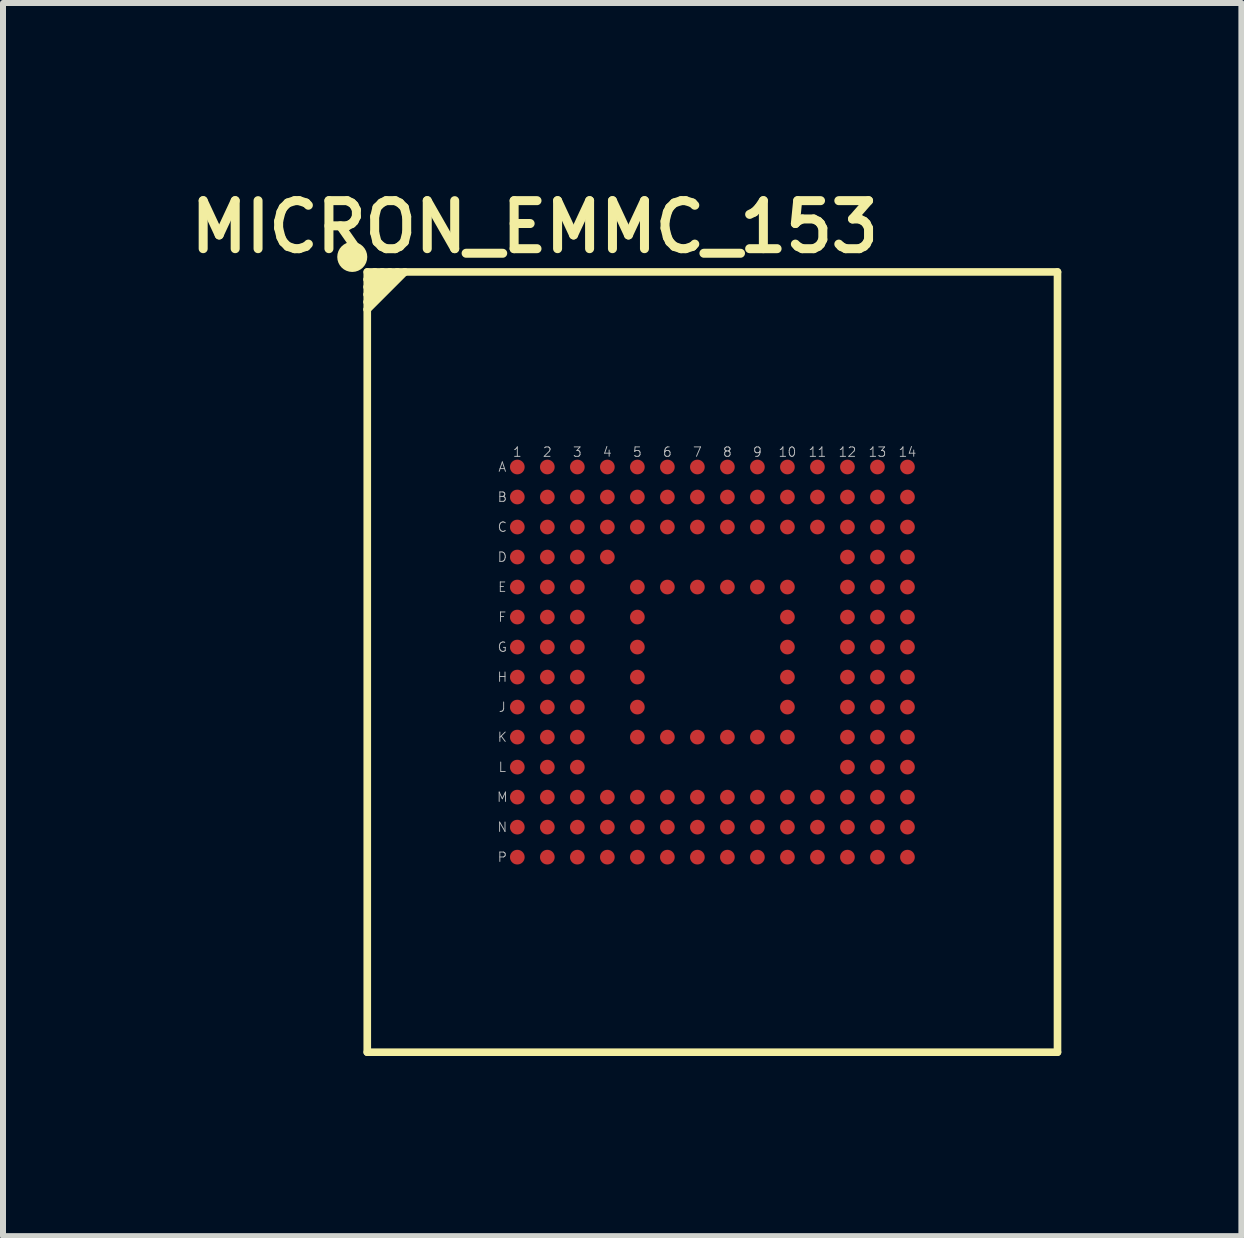
<source format=kicad_pcb>
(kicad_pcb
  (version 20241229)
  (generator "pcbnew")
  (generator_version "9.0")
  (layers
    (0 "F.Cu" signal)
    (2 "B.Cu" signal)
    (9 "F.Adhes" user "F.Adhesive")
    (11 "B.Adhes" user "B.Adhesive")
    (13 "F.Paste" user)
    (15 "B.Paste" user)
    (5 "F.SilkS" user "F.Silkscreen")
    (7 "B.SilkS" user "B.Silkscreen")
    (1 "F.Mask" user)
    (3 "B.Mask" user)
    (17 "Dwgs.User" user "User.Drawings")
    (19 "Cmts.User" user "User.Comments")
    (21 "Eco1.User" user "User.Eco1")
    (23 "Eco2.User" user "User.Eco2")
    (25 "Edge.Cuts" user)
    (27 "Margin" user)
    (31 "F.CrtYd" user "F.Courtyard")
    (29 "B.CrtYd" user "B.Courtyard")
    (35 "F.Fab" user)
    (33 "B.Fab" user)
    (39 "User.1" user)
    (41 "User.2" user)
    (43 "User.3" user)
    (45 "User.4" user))
  (footprint "MICRON_EMMC_153"
    (layer "F.Cu")
    (at 8.819 7.981)
    (property "Reference" "MICRON_EMMC_153" (at -2.96 -7.25 0) (layer "F.SilkS") (effects (font (size 0.8 0.8) (thickness 0.15))))
    (attr through_hole)
    (fp_line (start -5.75 -6.5) (end -5.75 -6.375) (stroke (width 0.127) (type solid)) (layer "F.SilkS"))
    (fp_line (start -5.75 -6.375) (end -5.75 -6.25) (stroke (width 0.127) (type solid)) (layer "F.SilkS"))
    (fp_line (start -5.75 -6.375) (end -5.625 -6.5) (stroke (width 0.127) (type solid)) (layer "F.SilkS"))
    (fp_line (start -5.75 -6.25) (end -5.75 -6.125) (stroke (width 0.127) (type solid)) (layer "F.SilkS"))
    (fp_line (start -5.75 -6.25) (end -5.5 -6.5) (stroke (width 0.127) (type solid)) (layer "F.SilkS"))
    (fp_line (start -5.75 -6.125) (end -5.75 -6) (stroke (width 0.127) (type solid)) (layer "F.SilkS"))
    (fp_line (start -5.75 -6.125) (end -5.375 -6.5) (stroke (width 0.127) (type solid)) (layer "F.SilkS"))
    (fp_line (start -5.75 -6) (end -5.75 -5.875) (stroke (width 0.127) (type solid)) (layer "F.SilkS"))
    (fp_line (start -5.75 -6) (end -5.25 -6.5) (stroke (width 0.127) (type solid)) (layer "F.SilkS"))
    (fp_line (start -5.75 -5.875) (end -5.75 6.5) (stroke (width 0.127) (type solid)) (layer "F.SilkS"))
    (fp_line (start -5.75 -5.875) (end -5.125 -6.5) (stroke (width 0.127) (type solid)) (layer "F.SilkS"))
    (fp_line (start -5.75 6.5) (end 5.75 6.5) (stroke (width 0.127) (type solid)) (layer "F.SilkS"))
    (fp_line (start -5.625 -6.5) (end -5.75 -6.5) (stroke (width 0.127) (type solid)) (layer "F.SilkS"))
    (fp_line (start -5.5 -6.5) (end -5.625 -6.5) (stroke (width 0.127) (type solid)) (layer "F.SilkS"))
    (fp_line (start -5.375 -6.5) (end -5.5 -6.5) (stroke (width 0.127) (type solid)) (layer "F.SilkS"))
    (fp_line (start -5.25 -6.5) (end -5.375 -6.5) (stroke (width 0.127) (type solid)) (layer "F.SilkS"))
    (fp_line (start -5.125 -6.5) (end -5.25 -6.5) (stroke (width 0.127) (type solid)) (layer "F.SilkS"))
    (fp_line (start 5.75 -6.5) (end -5.125 -6.5) (stroke (width 0.127) (type solid)) (layer "F.SilkS"))
    (fp_line (start 5.75 6.5) (end 5.75 -6.5) (stroke (width 0.127) (type solid)) (layer "F.SilkS"))
    (fp_circle (center -6 -6.75) (end -5.875 -6.75) (stroke (width 0.25) (type solid)) (fill no) (layer "F.SilkS"))
    (fp_text user "7" (at -0.25 -3.5 0) (layer "Dwgs.User") (effects (font (size 0.157 0.157) (thickness 0.015))))
    (fp_text user "10" (at 1.25 -3.5 0) (layer "Dwgs.User") (effects (font (size 0.157 0.157) (thickness 0.015))))
    (fp_text user "9" (at 0.75 -3.5 0) (layer "Dwgs.User") (effects (font (size 0.157 0.157) (thickness 0.015))))
    (fp_text user "L" (at -3.5 1.75 0) (layer "Dwgs.User") (effects (font (size 0.157 0.157) (thickness 0.015))))
    (fp_text user "6" (at -0.75 -3.5 0) (layer "Dwgs.User") (effects (font (size 0.157 0.157) (thickness 0.015))))
    (fp_text user "M" (at -3.5 2.25 0) (layer "Dwgs.User") (effects (font (size 0.157 0.157) (thickness 0.015))))
    (fp_text user "B" (at -3.5 -2.75 0) (layer "Dwgs.User") (effects (font (size 0.157 0.157) (thickness 0.015))))
    (fp_text user "F" (at -3.5 -0.75 0) (layer "Dwgs.User") (effects (font (size 0.157 0.157) (thickness 0.015))))
    (fp_text user "5" (at -1.25 -3.5 0) (layer "Dwgs.User") (effects (font (size 0.157 0.157) (thickness 0.015))))
    (fp_text user "N" (at -3.5 2.75 0) (layer "Dwgs.User") (effects (font (size 0.157 0.157) (thickness 0.015))))
    (fp_text user "14" (at 3.25 -3.5 0) (layer "Dwgs.User") (effects (font (size 0.157 0.157) (thickness 0.015))))
    (fp_text user "G" (at -3.5 -0.25 0) (layer "Dwgs.User") (effects (font (size 0.157 0.157) (thickness 0.015))))
    (fp_text user "J" (at -3.5 0.75 0) (layer "Dwgs.User") (effects (font (size 0.157 0.157) (thickness 0.015))))
    (fp_text user "D" (at -3.5 -1.75 0) (layer "Dwgs.User") (effects (font (size 0.157 0.157) (thickness 0.015))))
    (fp_text user "13" (at 2.75 -3.5 0) (layer "Dwgs.User") (effects (font (size 0.157 0.157) (thickness 0.015))))
    (fp_text user "P" (at -3.5 3.25 0) (layer "Dwgs.User") (effects (font (size 0.157 0.157) (thickness 0.015))))
    (fp_text user "K" (at -3.5 1.25 0) (layer "Dwgs.User") (effects (font (size 0.157 0.157) (thickness 0.015))))
    (fp_text user "3" (at -2.25 -3.5 0) (layer "Dwgs.User") (effects (font (size 0.157 0.157) (thickness 0.015))))
    (fp_text user "A" (at -3.5 -3.25 0) (layer "Dwgs.User") (effects (font (size 0.157 0.157) (thickness 0.015))))
    (fp_text user "H" (at -3.5 0.25 0) (layer "Dwgs.User") (effects (font (size 0.157 0.157) (thickness 0.015))))
    (fp_text user "4" (at -1.75 -3.5 0) (layer "Dwgs.User") (effects (font (size 0.157 0.157) (thickness 0.015))))
    (fp_text user "12" (at 2.25 -3.5 0) (layer "Dwgs.User") (effects (font (size 0.157 0.157) (thickness 0.015))))
    (fp_text user "2" (at -2.75 -3.5 0) (layer "Dwgs.User") (effects (font (size 0.157 0.157) (thickness 0.015))))
    (fp_text user "C" (at -3.5 -2.25 0) (layer "Dwgs.User") (effects (font (size 0.157 0.157) (thickness 0.015))))
    (fp_text user "E" (at -3.5 -1.25 0) (layer "Dwgs.User") (effects (font (size 0.157 0.157) (thickness 0.015))))
    (fp_text user "11" (at 1.75 -3.5 0) (layer "Dwgs.User") (effects (font (size 0.157 0.157) (thickness 0.015))))
    (fp_text user "1" (at -3.25 -3.5 0) (layer "Dwgs.User") (effects (font (size 0.157 0.157) (thickness 0.015))))
    (fp_text user "8" (at 0.25 -3.5 0) (layer "Dwgs.User") (effects (font (size 0.157 0.157) (thickness 0.015))))
    (pad "A1" smd circle (at -3.25 -3.25) (size 0.245 0.245) (layers "F.Cu" "F.Mask" "F.Paste"))
    (pad "A2" smd circle (at -2.75 -3.25) (size 0.245 0.245) (layers "F.Cu" "F.Mask" "F.Paste"))
    (pad "A3" smd circle (at -2.25 -3.25) (size 0.245 0.245) (layers "F.Cu" "F.Mask" "F.Paste"))
    (pad "A4" smd circle (at -1.75 -3.25) (size 0.245 0.245) (layers "F.Cu" "F.Mask" "F.Paste"))
    (pad "A5" smd circle (at -1.25 -3.25) (size 0.245 0.245) (layers "F.Cu" "F.Mask" "F.Paste"))
    (pad "A6" smd circle (at -0.75 -3.25) (size 0.245 0.245) (layers "F.Cu" "F.Mask" "F.Paste"))
    (pad "A7" smd circle (at -0.25 -3.25) (size 0.245 0.245) (layers "F.Cu" "F.Mask" "F.Paste"))
    (pad "A8" smd circle (at 0.25 -3.25) (size 0.245 0.245) (layers "F.Cu" "F.Mask" "F.Paste"))
    (pad "A9" smd circle (at 0.75 -3.25) (size 0.245 0.245) (layers "F.Cu" "F.Mask" "F.Paste"))
    (pad "A10" smd circle (at 1.25 -3.25) (size 0.245 0.245) (layers "F.Cu" "F.Mask" "F.Paste"))
    (pad "A11" smd circle (at 1.75 -3.25) (size 0.245 0.245) (layers "F.Cu" "F.Mask" "F.Paste"))
    (pad "A12" smd circle (at 2.25 -3.25) (size 0.245 0.245) (layers "F.Cu" "F.Mask" "F.Paste"))
    (pad "A13" smd circle (at 2.75 -3.25) (size 0.245 0.245) (layers "F.Cu" "F.Mask" "F.Paste"))
    (pad "A14" smd circle (at 3.25 -3.25) (size 0.245 0.245) (layers "F.Cu" "F.Mask" "F.Paste"))
    (pad "B1" smd circle (at -3.25 -2.75) (size 0.245 0.245) (layers "F.Cu" "F.Mask" "F.Paste"))
    (pad "B2" smd circle (at -2.75 -2.75) (size 0.245 0.245) (layers "F.Cu" "F.Mask" "F.Paste"))
    (pad "B3" smd circle (at -2.25 -2.75) (size 0.245 0.245) (layers "F.Cu" "F.Mask" "F.Paste"))
    (pad "B4" smd circle (at -1.75 -2.75) (size 0.245 0.245) (layers "F.Cu" "F.Mask" "F.Paste"))
    (pad "B5" smd circle (at -1.25 -2.75) (size 0.245 0.245) (layers "F.Cu" "F.Mask" "F.Paste"))
    (pad "B6" smd circle (at -0.75 -2.75) (size 0.245 0.245) (layers "F.Cu" "F.Mask" "F.Paste"))
    (pad "B7" smd circle (at -0.25 -2.75) (size 0.245 0.245) (layers "F.Cu" "F.Mask" "F.Paste"))
    (pad "B8" smd circle (at 0.25 -2.75) (size 0.245 0.245) (layers "F.Cu" "F.Mask" "F.Paste"))
    (pad "B9" smd circle (at 0.75 -2.75) (size 0.245 0.245) (layers "F.Cu" "F.Mask" "F.Paste"))
    (pad "B10" smd circle (at 1.25 -2.75) (size 0.245 0.245) (layers "F.Cu" "F.Mask" "F.Paste"))
    (pad "B11" smd circle (at 1.75 -2.75) (size 0.245 0.245) (layers "F.Cu" "F.Mask" "F.Paste"))
    (pad "B12" smd circle (at 2.25 -2.75) (size 0.245 0.245) (layers "F.Cu" "F.Mask" "F.Paste"))
    (pad "B13" smd circle (at 2.75 -2.75) (size 0.245 0.245) (layers "F.Cu" "F.Mask" "F.Paste"))
    (pad "B14" smd circle (at 3.25 -2.75) (size 0.245 0.245) (layers "F.Cu" "F.Mask" "F.Paste"))
    (pad "C1" smd circle (at -3.25 -2.25) (size 0.245 0.245) (layers "F.Cu" "F.Mask" "F.Paste"))
    (pad "C2" smd circle (at -2.75 -2.25) (size 0.245 0.245) (layers "F.Cu" "F.Mask" "F.Paste"))
    (pad "C3" smd circle (at -2.25 -2.25) (size 0.245 0.245) (layers "F.Cu" "F.Mask" "F.Paste"))
    (pad "C4" smd circle (at -1.75 -2.25) (size 0.245 0.245) (layers "F.Cu" "F.Mask" "F.Paste"))
    (pad "C5" smd circle (at -1.25 -2.25) (size 0.245 0.245) (layers "F.Cu" "F.Mask" "F.Paste"))
    (pad "C6" smd circle (at -0.75 -2.25) (size 0.245 0.245) (layers "F.Cu" "F.Mask" "F.Paste"))
    (pad "C7" smd circle (at -0.25 -2.25) (size 0.245 0.245) (layers "F.Cu" "F.Mask" "F.Paste"))
    (pad "C8" smd circle (at 0.25 -2.25) (size 0.245 0.245) (layers "F.Cu" "F.Mask" "F.Paste"))
    (pad "C9" smd circle (at 0.75 -2.25) (size 0.245 0.245) (layers "F.Cu" "F.Mask" "F.Paste"))
    (pad "C10" smd circle (at 1.25 -2.25) (size 0.245 0.245) (layers "F.Cu" "F.Mask" "F.Paste"))
    (pad "C11" smd circle (at 1.75 -2.25) (size 0.245 0.245) (layers "F.Cu" "F.Mask" "F.Paste"))
    (pad "C12" smd circle (at 2.25 -2.25) (size 0.245 0.245) (layers "F.Cu" "F.Mask" "F.Paste"))
    (pad "C13" smd circle (at 2.75 -2.25) (size 0.245 0.245) (layers "F.Cu" "F.Mask" "F.Paste"))
    (pad "C14" smd circle (at 3.25 -2.25) (size 0.245 0.245) (layers "F.Cu" "F.Mask" "F.Paste"))
    (pad "D1" smd circle (at -3.25 -1.75) (size 0.245 0.245) (layers "F.Cu" "F.Mask" "F.Paste"))
    (pad "D2" smd circle (at -2.75 -1.75) (size 0.245 0.245) (layers "F.Cu" "F.Mask" "F.Paste"))
    (pad "D3" smd circle (at -2.25 -1.75) (size 0.245 0.245) (layers "F.Cu" "F.Mask" "F.Paste"))
    (pad "D4" smd circle (at -1.75 -1.75) (size 0.245 0.245) (layers "F.Cu" "F.Mask" "F.Paste"))
    (pad "D12" smd circle (at 2.25 -1.75) (size 0.245 0.245) (layers "F.Cu" "F.Mask" "F.Paste"))
    (pad "D13" smd circle (at 2.75 -1.75) (size 0.245 0.245) (layers "F.Cu" "F.Mask" "F.Paste"))
    (pad "D14" smd circle (at 3.25 -1.75) (size 0.245 0.245) (layers "F.Cu" "F.Mask" "F.Paste"))
    (pad "E1" smd circle (at -3.25 -1.25) (size 0.245 0.245) (layers "F.Cu" "F.Mask" "F.Paste"))
    (pad "E2" smd circle (at -2.75 -1.25) (size 0.245 0.245) (layers "F.Cu" "F.Mask" "F.Paste"))
    (pad "E3" smd circle (at -2.25 -1.25) (size 0.245 0.245) (layers "F.Cu" "F.Mask" "F.Paste"))
    (pad "E5" smd circle (at -1.25 -1.25) (size 0.245 0.245) (layers "F.Cu" "F.Mask" "F.Paste"))
    (pad "E6" smd circle (at -0.75 -1.25) (size 0.245 0.245) (layers "F.Cu" "F.Mask" "F.Paste"))
    (pad "E7" smd circle (at -0.25 -1.25) (size 0.245 0.245) (layers "F.Cu" "F.Mask" "F.Paste"))
    (pad "E8" smd circle (at 0.25 -1.25) (size 0.245 0.245) (layers "F.Cu" "F.Mask" "F.Paste"))
    (pad "E9" smd circle (at 0.75 -1.25) (size 0.245 0.245) (layers "F.Cu" "F.Mask" "F.Paste"))
    (pad "E10" smd circle (at 1.25 -1.25) (size 0.245 0.245) (layers "F.Cu" "F.Mask" "F.Paste"))
    (pad "E12" smd circle (at 2.25 -1.25) (size 0.245 0.245) (layers "F.Cu" "F.Mask" "F.Paste"))
    (pad "E13" smd circle (at 2.75 -1.25) (size 0.245 0.245) (layers "F.Cu" "F.Mask" "F.Paste"))
    (pad "E14" smd circle (at 3.25 -1.25) (size 0.245 0.245) (layers "F.Cu" "F.Mask" "F.Paste"))
    (pad "F1" smd circle (at -3.25 -0.75) (size 0.245 0.245) (layers "F.Cu" "F.Mask" "F.Paste"))
    (pad "F2" smd circle (at -2.75 -0.75) (size 0.245 0.245) (layers "F.Cu" "F.Mask" "F.Paste"))
    (pad "F3" smd circle (at -2.25 -0.75) (size 0.245 0.245) (layers "F.Cu" "F.Mask" "F.Paste"))
    (pad "F5" smd circle (at -1.25 -0.75) (size 0.245 0.245) (layers "F.Cu" "F.Mask" "F.Paste"))
    (pad "F10" smd circle (at 1.25 -0.75) (size 0.245 0.245) (layers "F.Cu" "F.Mask" "F.Paste"))
    (pad "F12" smd circle (at 2.25 -0.75) (size 0.245 0.245) (layers "F.Cu" "F.Mask" "F.Paste"))
    (pad "F13" smd circle (at 2.75 -0.75) (size 0.245 0.245) (layers "F.Cu" "F.Mask" "F.Paste"))
    (pad "F14" smd circle (at 3.25 -0.75) (size 0.245 0.245) (layers "F.Cu" "F.Mask" "F.Paste"))
    (pad "G1" smd circle (at -3.25 -0.25) (size 0.245 0.245) (layers "F.Cu" "F.Mask" "F.Paste"))
    (pad "G2" smd circle (at -2.75 -0.25) (size 0.245 0.245) (layers "F.Cu" "F.Mask" "F.Paste"))
    (pad "G3" smd circle (at -2.25 -0.25) (size 0.245 0.245) (layers "F.Cu" "F.Mask" "F.Paste"))
    (pad "G5" smd circle (at -1.25 -0.25) (size 0.245 0.245) (layers "F.Cu" "F.Mask" "F.Paste"))
    (pad "G10" smd circle (at 1.25 -0.25) (size 0.245 0.245) (layers "F.Cu" "F.Mask" "F.Paste"))
    (pad "G12" smd circle (at 2.25 -0.25) (size 0.245 0.245) (layers "F.Cu" "F.Mask" "F.Paste"))
    (pad "G13" smd circle (at 2.75 -0.25) (size 0.245 0.245) (layers "F.Cu" "F.Mask" "F.Paste"))
    (pad "G14" smd circle (at 3.25 -0.25) (size 0.245 0.245) (layers "F.Cu" "F.Mask" "F.Paste"))
    (pad "H1" smd circle (at -3.25 0.25) (size 0.245 0.245) (layers "F.Cu" "F.Mask" "F.Paste"))
    (pad "H2" smd circle (at -2.75 0.25) (size 0.245 0.245) (layers "F.Cu" "F.Mask" "F.Paste"))
    (pad "H3" smd circle (at -2.25 0.25) (size 0.245 0.245) (layers "F.Cu" "F.Mask" "F.Paste"))
    (pad "H5" smd circle (at -1.25 0.25) (size 0.245 0.245) (layers "F.Cu" "F.Mask" "F.Paste"))
    (pad "H10" smd circle (at 1.25 0.25) (size 0.245 0.245) (layers "F.Cu" "F.Mask" "F.Paste"))
    (pad "H12" smd circle (at 2.25 0.25) (size 0.245 0.245) (layers "F.Cu" "F.Mask" "F.Paste"))
    (pad "H13" smd circle (at 2.75 0.25) (size 0.245 0.245) (layers "F.Cu" "F.Mask" "F.Paste"))
    (pad "H14" smd circle (at 3.25 0.25) (size 0.245 0.245) (layers "F.Cu" "F.Mask" "F.Paste"))
    (pad "J1" smd circle (at -3.25 0.75) (size 0.245 0.245) (layers "F.Cu" "F.Mask" "F.Paste"))
    (pad "J2" smd circle (at -2.75 0.75) (size 0.245 0.245) (layers "F.Cu" "F.Mask" "F.Paste"))
    (pad "J3" smd circle (at -2.25 0.75) (size 0.245 0.245) (layers "F.Cu" "F.Mask" "F.Paste"))
    (pad "J5" smd circle (at -1.25 0.75) (size 0.245 0.245) (layers "F.Cu" "F.Mask" "F.Paste"))
    (pad "J10" smd circle (at 1.25 0.75) (size 0.245 0.245) (layers "F.Cu" "F.Mask" "F.Paste"))
    (pad "J12" smd circle (at 2.25 0.75) (size 0.245 0.245) (layers "F.Cu" "F.Mask" "F.Paste"))
    (pad "J13" smd circle (at 2.75 0.75) (size 0.245 0.245) (layers "F.Cu" "F.Mask" "F.Paste"))
    (pad "J14" smd circle (at 3.25 0.75) (size 0.245 0.245) (layers "F.Cu" "F.Mask" "F.Paste"))
    (pad "K1" smd circle (at -3.25 1.25) (size 0.245 0.245) (layers "F.Cu" "F.Mask" "F.Paste"))
    (pad "K2" smd circle (at -2.75 1.25) (size 0.245 0.245) (layers "F.Cu" "F.Mask" "F.Paste"))
    (pad "K3" smd circle (at -2.25 1.25) (size 0.245 0.245) (layers "F.Cu" "F.Mask" "F.Paste"))
    (pad "K5" smd circle (at -1.25 1.25) (size 0.245 0.245) (layers "F.Cu" "F.Mask" "F.Paste"))
    (pad "K6" smd circle (at -0.75 1.25) (size 0.245 0.245) (layers "F.Cu" "F.Mask" "F.Paste"))
    (pad "K7" smd circle (at -0.25 1.25) (size 0.245 0.245) (layers "F.Cu" "F.Mask" "F.Paste"))
    (pad "K8" smd circle (at 0.25 1.25) (size 0.245 0.245) (layers "F.Cu" "F.Mask" "F.Paste"))
    (pad "K9" smd circle (at 0.75 1.25) (size 0.245 0.245) (layers "F.Cu" "F.Mask" "F.Paste"))
    (pad "K10" smd circle (at 1.25 1.25) (size 0.245 0.245) (layers "F.Cu" "F.Mask" "F.Paste"))
    (pad "K12" smd circle (at 2.25 1.25) (size 0.245 0.245) (layers "F.Cu" "F.Mask" "F.Paste"))
    (pad "K13" smd circle (at 2.75 1.25) (size 0.245 0.245) (layers "F.Cu" "F.Mask" "F.Paste"))
    (pad "K14" smd circle (at 3.25 1.25) (size 0.245 0.245) (layers "F.Cu" "F.Mask" "F.Paste"))
    (pad "L1" smd circle (at -3.25 1.75) (size 0.245 0.245) (layers "F.Cu" "F.Mask" "F.Paste"))
    (pad "L2" smd circle (at -2.75 1.75) (size 0.245 0.245) (layers "F.Cu" "F.Mask" "F.Paste"))
    (pad "L3" smd circle (at -2.25 1.75) (size 0.245 0.245) (layers "F.Cu" "F.Mask" "F.Paste"))
    (pad "L12" smd circle (at 2.25 1.75) (size 0.245 0.245) (layers "F.Cu" "F.Mask" "F.Paste"))
    (pad "L13" smd circle (at 2.75 1.75) (size 0.245 0.245) (layers "F.Cu" "F.Mask" "F.Paste"))
    (pad "L14" smd circle (at 3.25 1.75) (size 0.245 0.245) (layers "F.Cu" "F.Mask" "F.Paste"))
    (pad "M1" smd circle (at -3.25 2.25) (size 0.245 0.245) (layers "F.Cu" "F.Mask" "F.Paste"))
    (pad "M2" smd circle (at -2.75 2.25) (size 0.245 0.245) (layers "F.Cu" "F.Mask" "F.Paste"))
    (pad "M3" smd circle (at -2.25 2.25) (size 0.245 0.245) (layers "F.Cu" "F.Mask" "F.Paste"))
    (pad "M4" smd circle (at -1.75 2.25) (size 0.245 0.245) (layers "F.Cu" "F.Mask" "F.Paste"))
    (pad "M5" smd circle (at -1.25 2.25) (size 0.245 0.245) (layers "F.Cu" "F.Mask" "F.Paste"))
    (pad "M6" smd circle (at -0.75 2.25) (size 0.245 0.245) (layers "F.Cu" "F.Mask" "F.Paste"))
    (pad "M7" smd circle (at -0.25 2.25) (size 0.245 0.245) (layers "F.Cu" "F.Mask" "F.Paste"))
    (pad "M8" smd circle (at 0.25 2.25) (size 0.245 0.245) (layers "F.Cu" "F.Mask" "F.Paste"))
    (pad "M9" smd circle (at 0.75 2.25) (size 0.245 0.245) (layers "F.Cu" "F.Mask" "F.Paste"))
    (pad "M10" smd circle (at 1.25 2.25) (size 0.245 0.245) (layers "F.Cu" "F.Mask" "F.Paste"))
    (pad "M11" smd circle (at 1.75 2.25) (size 0.245 0.245) (layers "F.Cu" "F.Mask" "F.Paste"))
    (pad "M12" smd circle (at 2.25 2.25) (size 0.245 0.245) (layers "F.Cu" "F.Mask" "F.Paste"))
    (pad "M13" smd circle (at 2.75 2.25) (size 0.245 0.245) (layers "F.Cu" "F.Mask" "F.Paste"))
    (pad "M14" smd circle (at 3.25 2.25) (size 0.245 0.245) (layers "F.Cu" "F.Mask" "F.Paste"))
    (pad "N1" smd circle (at -3.25 2.75) (size 0.245 0.245) (layers "F.Cu" "F.Mask" "F.Paste"))
    (pad "N2" smd circle (at -2.75 2.75) (size 0.245 0.245) (layers "F.Cu" "F.Mask" "F.Paste"))
    (pad "N3" smd circle (at -2.25 2.75) (size 0.245 0.245) (layers "F.Cu" "F.Mask" "F.Paste"))
    (pad "N4" smd circle (at -1.75 2.75) (size 0.245 0.245) (layers "F.Cu" "F.Mask" "F.Paste"))
    (pad "N5" smd circle (at -1.25 2.75) (size 0.245 0.245) (layers "F.Cu" "F.Mask" "F.Paste"))
    (pad "N6" smd circle (at -0.75 2.75) (size 0.245 0.245) (layers "F.Cu" "F.Mask" "F.Paste"))
    (pad "N7" smd circle (at -0.25 2.75) (size 0.245 0.245) (layers "F.Cu" "F.Mask" "F.Paste"))
    (pad "N8" smd circle (at 0.25 2.75) (size 0.245 0.245) (layers "F.Cu" "F.Mask" "F.Paste"))
    (pad "N9" smd circle (at 0.75 2.75) (size 0.245 0.245) (layers "F.Cu" "F.Mask" "F.Paste"))
    (pad "N10" smd circle (at 1.25 2.75) (size 0.245 0.245) (layers "F.Cu" "F.Mask" "F.Paste"))
    (pad "N11" smd circle (at 1.75 2.75) (size 0.245 0.245) (layers "F.Cu" "F.Mask" "F.Paste"))
    (pad "N12" smd circle (at 2.25 2.75) (size 0.245 0.245) (layers "F.Cu" "F.Mask" "F.Paste"))
    (pad "N13" smd circle (at 2.75 2.75) (size 0.245 0.245) (layers "F.Cu" "F.Mask" "F.Paste"))
    (pad "N14" smd circle (at 3.25 2.75) (size 0.245 0.245) (layers "F.Cu" "F.Mask" "F.Paste"))
    (pad "P1" smd circle (at -3.25 3.25) (size 0.245 0.245) (layers "F.Cu" "F.Mask" "F.Paste"))
    (pad "P2" smd circle (at -2.75 3.25) (size 0.245 0.245) (layers "F.Cu" "F.Mask" "F.Paste"))
    (pad "P3" smd circle (at -2.25 3.25) (size 0.245 0.245) (layers "F.Cu" "F.Mask" "F.Paste"))
    (pad "P4" smd circle (at -1.75 3.25) (size 0.245 0.245) (layers "F.Cu" "F.Mask" "F.Paste"))
    (pad "P5" smd circle (at -1.25 3.25) (size 0.245 0.245) (layers "F.Cu" "F.Mask" "F.Paste"))
    (pad "P6" smd circle (at -0.75 3.25) (size 0.245 0.245) (layers "F.Cu" "F.Mask" "F.Paste"))
    (pad "P7" smd circle (at -0.25 3.25) (size 0.245 0.245) (layers "F.Cu" "F.Mask" "F.Paste"))
    (pad "P8" smd circle (at 0.25 3.25) (size 0.245 0.245) (layers "F.Cu" "F.Mask" "F.Paste"))
    (pad "P9" smd circle (at 0.75 3.25) (size 0.245 0.245) (layers "F.Cu" "F.Mask" "F.Paste"))
    (pad "P10" smd circle (at 1.25 3.25) (size 0.245 0.245) (layers "F.Cu" "F.Mask" "F.Paste"))
    (pad "P11" smd circle (at 1.75 3.25) (size 0.245 0.245) (layers "F.Cu" "F.Mask" "F.Paste"))
    (pad "P12" smd circle (at 2.25 3.25) (size 0.245 0.245) (layers "F.Cu" "F.Mask" "F.Paste"))
    (pad "P13" smd circle (at 2.75 3.25) (size 0.245 0.245) (layers "F.Cu" "F.Mask" "F.Paste"))
    (pad "P14" smd circle (at 3.25 3.25) (size 0.245 0.245) (layers "F.Cu" "F.Mask" "F.Paste")))
  (gr_rect
    (start -3 -3)
    (end 17.633 17.545)
    (stroke (width 0.1) (type default))
    (fill no)
    (layer "Edge.Cuts")))
</source>
